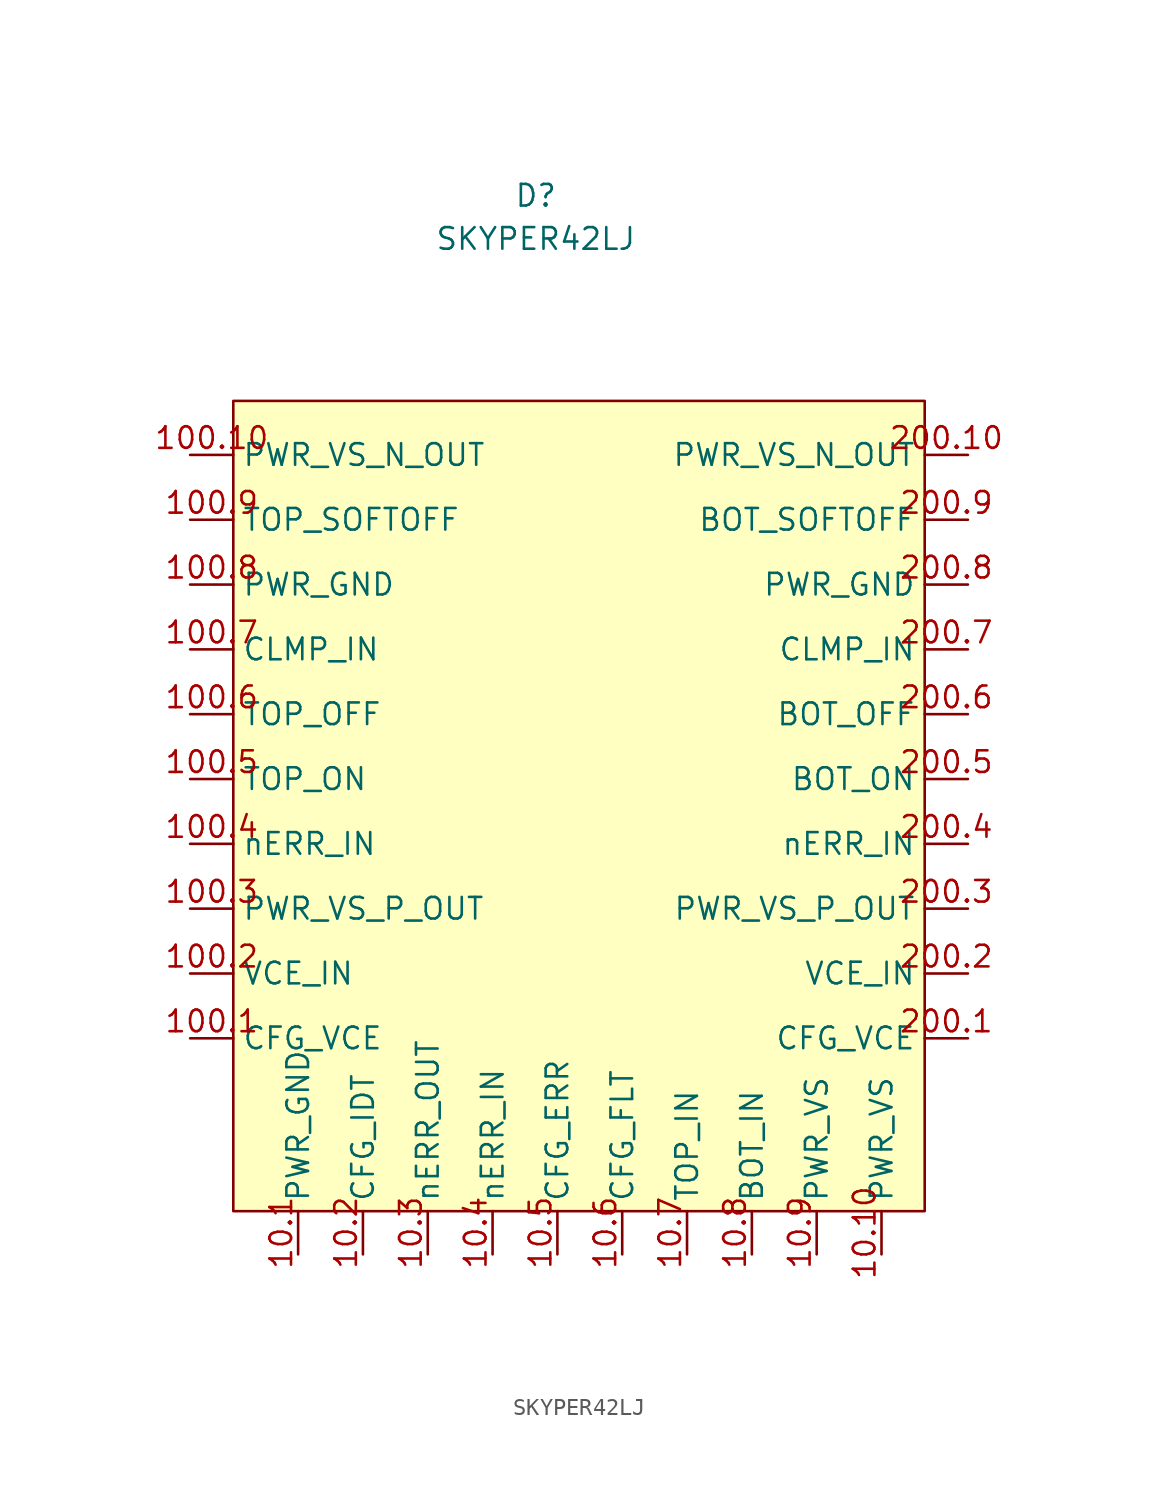
<source format=kicad_sym>
(kicad_symbol_lib
  (version 20211014)
  (generator kicad_symbol_editor)
  (symbol "SKYPER42LJ"
    (property "Reference" "D"
      (at 0 7.62 0)
      (effects (font (size 1.27 1.27))))
    (property "Value" "SKYPER42LJ"
      (at 0 5.08 0)
      (effects (font (size 1.27 1.27))))
    (symbol "SKYPER42LJ_0_1"
      (rectangle (start -17.78 -4.445) (end 22.86 -52.07) (stroke (width 0) (type default) (color 0 0 0 0)) (fill (type background))))
    (symbol "SKYPER42LJ_1_1"
      (pin input line (at -13.97 -54.61 90) (length 2.54) (name "PWR_GND" (effects (font (size 1.27 1.27)))) (number "10.1" (effects (font (size 1.27 1.27)))))
      (pin input line (at 20.32 -54.61 90) (length 2.54) (name "PWR_VS" (effects (font (size 1.27 1.27)))) (number "10.10" (effects (font (size 1.27 1.27)))))
      (pin input line (at -10.16 -54.61 90) (length 2.54) (name "CFG_IDT" (effects (font (size 1.27 1.27)))) (number "10.2" (effects (font (size 1.27 1.27)))))
      (pin input line (at -6.35 -54.61 90) (length 2.54) (name "nERR_OUT" (effects (font (size 1.27 1.27)))) (number "10.3" (effects (font (size 1.27 1.27)))))
      (pin input line (at -2.54 -54.61 90) (length 2.54) (name "nERR_IN" (effects (font (size 1.27 1.27)))) (number "10.4" (effects (font (size 1.27 1.27)))))
      (pin input line (at 1.27 -54.61 90) (length 2.54) (name "CFG_ERR" (effects (font (size 1.27 1.27)))) (number "10.5" (effects (font (size 1.27 1.27)))))
      (pin input line (at 5.08 -54.61 90) (length 2.54) (name "CFG_FLT" (effects (font (size 1.27 1.27)))) (number "10.6" (effects (font (size 1.27 1.27)))))
      (pin input line (at 8.89 -54.61 90) (length 2.54) (name "TOP_IN" (effects (font (size 1.27 1.27)))) (number "10.7" (effects (font (size 1.27 1.27)))))
      (pin input line (at 12.7 -54.61 90) (length 2.54) (name "BOT_IN" (effects (font (size 1.27 1.27)))) (number "10.8" (effects (font (size 1.27 1.27)))))
      (pin input line (at 16.51 -54.61 90) (length 2.54) (name "PWR_VS" (effects (font (size 1.27 1.27)))) (number "10.9" (effects (font (size 1.27 1.27)))))
      (pin input line (at -20.32 -41.91 0) (length 2.54) (name "CFG_VCE" (effects (font (size 1.27 1.27)))) (number "100.1" (effects (font (size 1.27 1.27)))))
      (pin input line (at -20.32 -7.62 0) (length 2.54) (name "PWR_VS_N_OUT" (effects (font (size 1.27 1.27)))) (number "100.10" (effects (font (size 1.27 1.27)))))
      (pin input line (at -20.32 -38.1 0) (length 2.54) (name "VCE_IN" (effects (font (size 1.27 1.27)))) (number "100.2" (effects (font (size 1.27 1.27)))))
      (pin input line (at -20.32 -34.29 0) (length 2.54) (name "PWR_VS_P_OUT" (effects (font (size 1.27 1.27)))) (number "100.3" (effects (font (size 1.27 1.27)))))
      (pin input line (at -20.32 -30.48 0) (length 2.54) (name "nERR_IN" (effects (font (size 1.27 1.27)))) (number "100.4" (effects (font (size 1.27 1.27)))))
      (pin input line (at -20.32 -26.67 0) (length 2.54) (name "TOP_ON" (effects (font (size 1.27 1.27)))) (number "100.5" (effects (font (size 1.27 1.27)))))
      (pin input line (at -20.32 -22.86 0) (length 2.54) (name "TOP_OFF" (effects (font (size 1.27 1.27)))) (number "100.6" (effects (font (size 1.27 1.27)))))
      (pin input line (at -20.32 -19.05 0) (length 2.54) (name "CLMP_IN" (effects (font (size 1.27 1.27)))) (number "100.7" (effects (font (size 1.27 1.27)))))
      (pin input line (at -20.32 -15.24 0) (length 2.54) (name "PWR_GND" (effects (font (size 1.27 1.27)))) (number "100.8" (effects (font (size 1.27 1.27)))))
      (pin input line (at -20.32 -11.43 0) (length 2.54) (name "TOP_SOFTOFF" (effects (font (size 1.27 1.27)))) (number "100.9" (effects (font (size 1.27 1.27)))))
      (pin input line (at 25.4 -41.91 180) (length 2.54) (name "CFG_VCE" (effects (font (size 1.27 1.27)))) (number "200.1" (effects (font (size 1.27 1.27)))))
      (pin input line (at 25.4 -7.62 180) (length 2.54) (name "PWR_VS_N_OUT" (effects (font (size 1.27 1.27)))) (number "200.10" (effects (font (size 1.27 1.27)))))
      (pin input line (at 25.4 -38.1 180) (length 2.54) (name "VCE_IN" (effects (font (size 1.27 1.27)))) (number "200.2" (effects (font (size 1.27 1.27)))))
      (pin input line (at 25.4 -34.29 180) (length 2.54) (name "PWR_VS_P_OUT" (effects (font (size 1.27 1.27)))) (number "200.3" (effects (font (size 1.27 1.27)))))
      (pin input line (at 25.4 -30.48 180) (length 2.54) (name "nERR_IN" (effects (font (size 1.27 1.27)))) (number "200.4" (effects (font (size 1.27 1.27)))))
      (pin input line (at 25.4 -26.67 180) (length 2.54) (name "BOT_ON" (effects (font (size 1.27 1.27)))) (number "200.5" (effects (font (size 1.27 1.27)))))
      (pin input line (at 25.4 -22.86 180) (length 2.54) (name "BOT_OFF" (effects (font (size 1.27 1.27)))) (number "200.6" (effects (font (size 1.27 1.27)))))
      (pin input line (at 25.4 -19.05 180) (length 2.54) (name "CLMP_IN" (effects (font (size 1.27 1.27)))) (number "200.7" (effects (font (size 1.27 1.27)))))
      (pin input line (at 25.4 -15.24 180) (length 2.54) (name "PWR_GND" (effects (font (size 1.27 1.27)))) (number "200.8" (effects (font (size 1.27 1.27)))))
      (pin input line (at 25.4 -11.43 180) (length 2.54) (name "BOT_SOFTOFF" (effects (font (size 1.27 1.27)))) (number "200.9" (effects (font (size 1.27 1.27))))))))
</source>
